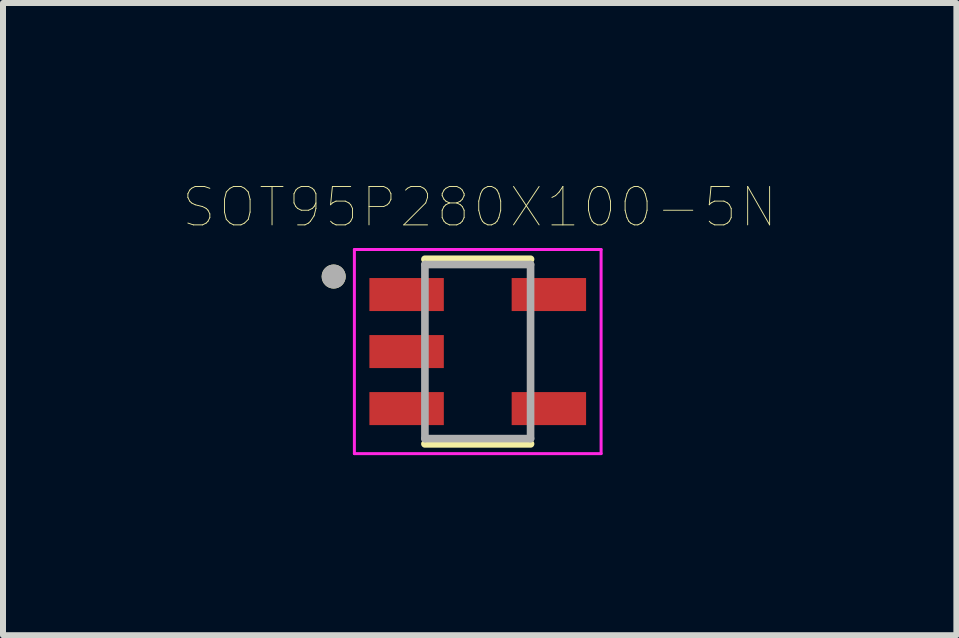
<source format=kicad_pcb>
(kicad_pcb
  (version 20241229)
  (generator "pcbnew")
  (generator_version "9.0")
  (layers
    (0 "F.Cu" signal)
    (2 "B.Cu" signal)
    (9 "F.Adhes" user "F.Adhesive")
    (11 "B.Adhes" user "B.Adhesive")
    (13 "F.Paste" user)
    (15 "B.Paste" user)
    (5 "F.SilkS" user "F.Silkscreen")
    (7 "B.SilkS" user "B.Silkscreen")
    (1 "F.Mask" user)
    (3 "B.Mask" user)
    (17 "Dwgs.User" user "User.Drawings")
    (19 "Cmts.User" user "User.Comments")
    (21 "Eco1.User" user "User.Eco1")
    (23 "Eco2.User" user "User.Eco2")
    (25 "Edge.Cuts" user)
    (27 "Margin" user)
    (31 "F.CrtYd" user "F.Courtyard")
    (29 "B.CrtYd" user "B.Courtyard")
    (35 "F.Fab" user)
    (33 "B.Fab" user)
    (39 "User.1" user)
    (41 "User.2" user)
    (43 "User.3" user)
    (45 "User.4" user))
  (footprint "SOT95P280X100-5N"
    (layer "F.Cu")
    (at 4.909 2.807)
    (property "Reference" "SOT95P280X100-5N" (at 0.032 -2.406 0) (layer "F.SilkS") (effects (font (size 0.64 0.64) (thickness 0.015))))
    (attr through_hole)
    (fp_line (start -0.88 -1.538) (end 0.88 -1.538) (stroke (width 0.127) (type solid)) (layer "F.SilkS"))
    (fp_line (start -0.88 1.538) (end 0.88 1.538) (stroke (width 0.127) (type solid)) (layer "F.SilkS"))
    (fp_circle (center -2.4 -1.25) (end -2.3 -1.25) (stroke (width 0.2) (type solid)) (fill no) (layer "F.SilkS"))
    (fp_line (start -2.055 -1.7) (end 2.055 -1.7) (stroke (width 0.05) (type solid)) (layer "F.CrtYd"))
    (fp_line (start -2.055 1.7) (end -2.055 -1.7) (stroke (width 0.05) (type solid)) (layer "F.CrtYd"))
    (fp_line (start 2.055 -1.7) (end 2.055 1.7) (stroke (width 0.05) (type solid)) (layer "F.CrtYd"))
    (fp_line (start 2.055 1.7) (end -2.055 1.7) (stroke (width 0.05) (type solid)) (layer "F.CrtYd"))
    (fp_line (start -0.88 -1.45) (end 0.88 -1.45) (stroke (width 0.127) (type solid)) (layer "F.Fab"))
    (fp_line (start -0.88 1.45) (end -0.88 -1.45) (stroke (width 0.127) (type solid)) (layer "F.Fab"))
    (fp_line (start 0.88 -1.45) (end 0.88 1.45) (stroke (width 0.127) (type solid)) (layer "F.Fab"))
    (fp_line (start 0.88 1.45) (end -0.88 1.45) (stroke (width 0.127) (type solid)) (layer "F.Fab"))
    (fp_circle (center -2.4 -1.25) (end -2.3 -1.25) (stroke (width 0.2) (type solid)) (fill no) (layer "F.Fab"))
    (pad "1" smd rect (at -1.185 -0.95) (size 1.24 0.55) (layers "F.Cu" "F.Mask" "F.Paste"))
    (pad "2" smd rect (at -1.185 0) (size 1.24 0.55) (layers "F.Cu" "F.Mask" "F.Paste"))
    (pad "3" smd rect (at -1.185 0.95) (size 1.24 0.55) (layers "F.Cu" "F.Mask" "F.Paste"))
    (pad "4" smd rect (at 1.185 0.95) (size 1.24 0.55) (layers "F.Cu" "F.Mask" "F.Paste"))
    (pad "5" smd rect (at 1.185 -0.95) (size 1.24 0.55) (layers "F.Cu" "F.Mask" "F.Paste")))
  (gr_rect
    (start -3 -3)
    (end 12.883 7.532)
    (stroke (width 0.1) (type default))
    (fill no)
    (layer "Edge.Cuts")))
</source>
